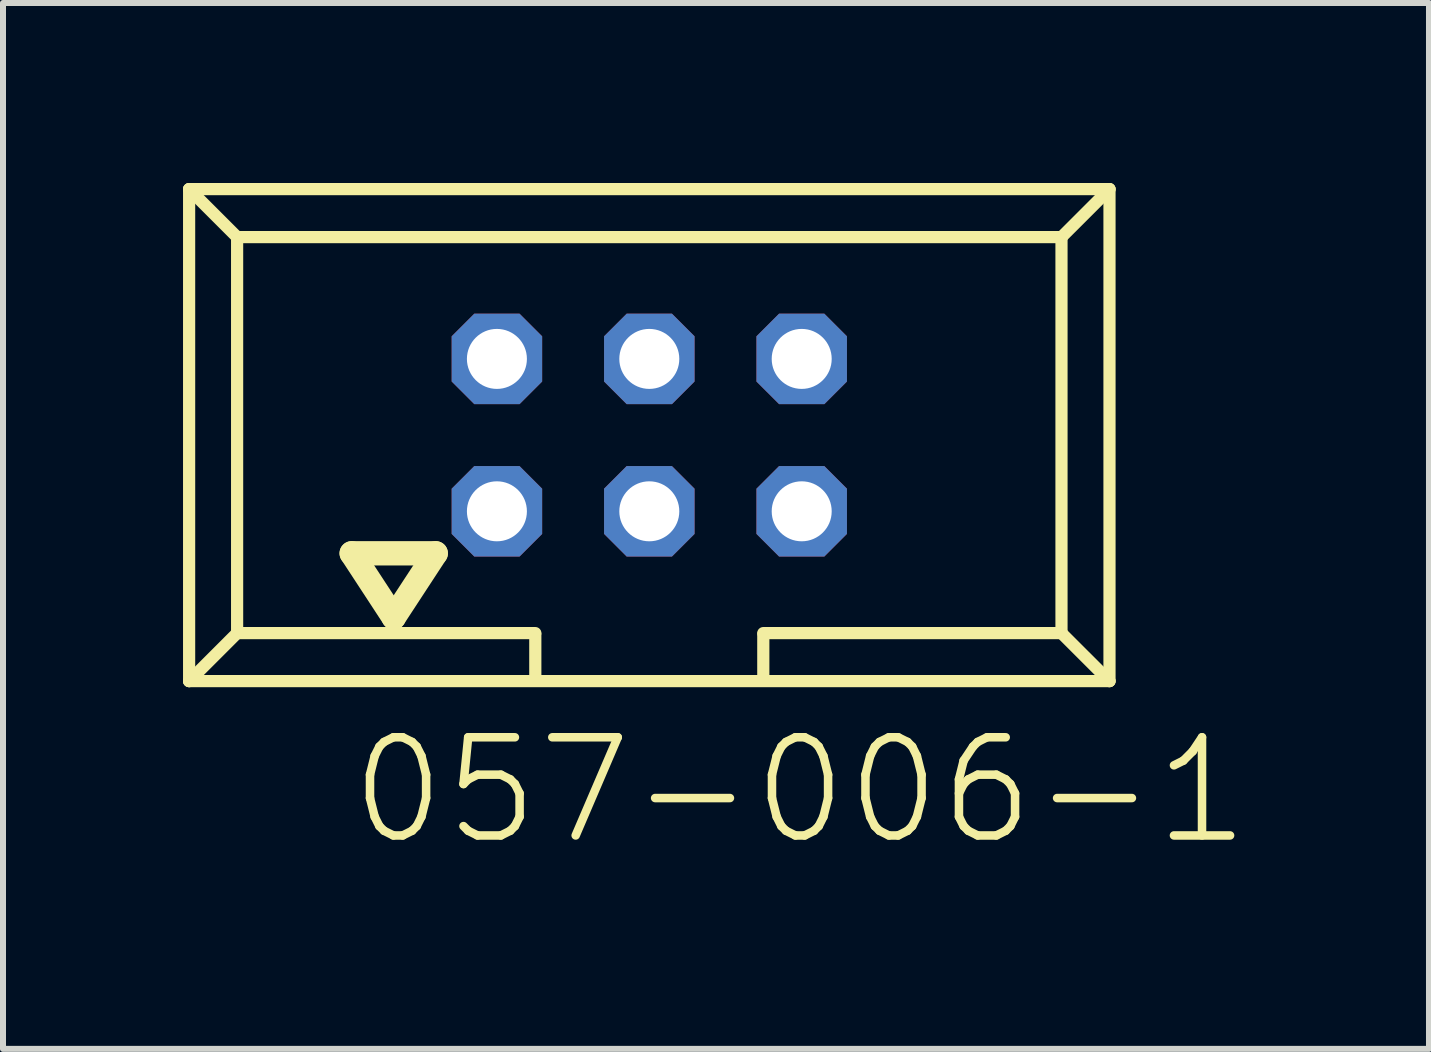
<source format=kicad_pcb>
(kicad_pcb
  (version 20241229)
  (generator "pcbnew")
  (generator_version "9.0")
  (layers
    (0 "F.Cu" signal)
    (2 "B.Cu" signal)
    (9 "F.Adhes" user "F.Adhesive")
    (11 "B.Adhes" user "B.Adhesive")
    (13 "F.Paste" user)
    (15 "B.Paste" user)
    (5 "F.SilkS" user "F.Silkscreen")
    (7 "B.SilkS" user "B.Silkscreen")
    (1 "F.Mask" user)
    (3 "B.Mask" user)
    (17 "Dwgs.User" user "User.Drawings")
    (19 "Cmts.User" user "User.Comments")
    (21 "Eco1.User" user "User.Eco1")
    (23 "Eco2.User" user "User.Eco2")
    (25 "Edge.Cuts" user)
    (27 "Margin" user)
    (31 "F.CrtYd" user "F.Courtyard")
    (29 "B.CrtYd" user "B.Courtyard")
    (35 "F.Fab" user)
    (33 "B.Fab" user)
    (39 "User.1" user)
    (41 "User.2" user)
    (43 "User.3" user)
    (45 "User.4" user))
  (footprint "057-006-1"
    (layer "F.Cu")
    (at 7.772 4.202)
    (property "Reference" "057-006-1" (at -5.06 6.88 0) (layer "F.SilkS") (effects (font (size 1.636 1.636) (thickness 0.142)) (justify left bottom)))
    (fp_line (start -7.67 -4.1) (end -6.87 -3.3) (stroke (width 0.203) (type solid)) (layer "F.SilkS"))
    (fp_line (start -7.67 4.1) (end -7.67 -4.1) (stroke (width 0.203) (type solid)) (layer "F.SilkS"))
    (fp_line (start -7.67 4.1) (end -6.87 3.3) (stroke (width 0.203) (type solid)) (layer "F.SilkS"))
    (fp_line (start -7.67 4.1) (end 7.67 4.1) (stroke (width 0.203) (type solid)) (layer "F.SilkS"))
    (fp_line (start -6.87 -3.3) (end 6.87 -3.3) (stroke (width 0.203) (type solid)) (layer "F.SilkS"))
    (fp_line (start -6.87 3.3) (end -6.87 -3.3) (stroke (width 0.203) (type solid)) (layer "F.SilkS"))
    (fp_line (start -4.96 1.97) (end -4.26 3.04) (stroke (width 0.406) (type solid)) (layer "F.SilkS"))
    (fp_line (start -4.26 3.04) (end -3.56 1.97) (stroke (width 0.406) (type solid)) (layer "F.SilkS"))
    (fp_line (start -3.56 1.97) (end -4.96 1.97) (stroke (width 0.406) (type solid)) (layer "F.SilkS"))
    (fp_line (start -1.9 3.3) (end -6.87 3.3) (stroke (width 0.203) (type solid)) (layer "F.SilkS"))
    (fp_line (start -1.9 3.32) (end -1.9 4.03) (stroke (width 0.203) (type solid)) (layer "F.SilkS"))
    (fp_line (start 1.9 3.32) (end 1.9 4.03) (stroke (width 0.203) (type solid)) (layer "F.SilkS"))
    (fp_line (start 6.87 -3.3) (end 6.87 3.3) (stroke (width 0.203) (type solid)) (layer "F.SilkS"))
    (fp_line (start 6.87 3.3) (end 1.9 3.3) (stroke (width 0.203) (type solid)) (layer "F.SilkS"))
    (fp_line (start 6.87 3.3) (end 7.67 4.1) (stroke (width 0.203) (type solid)) (layer "F.SilkS"))
    (fp_line (start 7.67 -4.1) (end -7.67 -4.1) (stroke (width 0.203) (type solid)) (layer "F.SilkS"))
    (fp_line (start 7.67 -4.1) (end 6.87 -3.3) (stroke (width 0.203) (type solid)) (layer "F.SilkS"))
    (fp_line (start 7.67 4.1) (end 7.67 -4.1) (stroke (width 0.203) (type solid)) (layer "F.SilkS"))
    (pad "1" thru_hole roundrect (at -2.54 1.27) (size 1.508 1.508) (drill 1) (layers "*.Cu" "*.Mask") (roundrect_rratio 0.25) (chamfer_ratio 0.25) (chamfer top_left top_right bottom_left bottom_right))
    (pad "2" thru_hole roundrect (at -2.54 -1.27) (size 1.508 1.508) (drill 1) (layers "*.Cu" "*.Mask") (roundrect_rratio 0.25) (chamfer_ratio 0.25) (chamfer top_left top_right bottom_left bottom_right))
    (pad "3" thru_hole roundrect (at 0 1.27) (size 1.508 1.508) (drill 1) (layers "*.Cu" "*.Mask") (roundrect_rratio 0.25) (chamfer_ratio 0.25) (chamfer top_left top_right bottom_left bottom_right))
    (pad "4" thru_hole roundrect (at 0 -1.27) (size 1.508 1.508) (drill 1) (layers "*.Cu" "*.Mask") (roundrect_rratio 0.25) (chamfer_ratio 0.25) (chamfer top_left top_right bottom_left bottom_right))
    (pad "5" thru_hole roundrect (at 2.54 1.27) (size 1.508 1.508) (drill 1) (layers "*.Cu" "*.Mask") (roundrect_rratio 0.25) (chamfer_ratio 0.25) (chamfer top_left top_right bottom_left bottom_right))
    (pad "6" thru_hole roundrect (at 2.54 -1.27) (size 1.508 1.508) (drill 1) (layers "*.Cu" "*.Mask") (roundrect_rratio 0.25) (chamfer_ratio 0.25) (chamfer top_left top_right bottom_left bottom_right)))
  (gr_rect
    (start -3 -3)
    (end 20.767 14.432)
    (stroke (width 0.1) (type default))
    (fill no)
    (layer "Edge.Cuts")))
</source>
